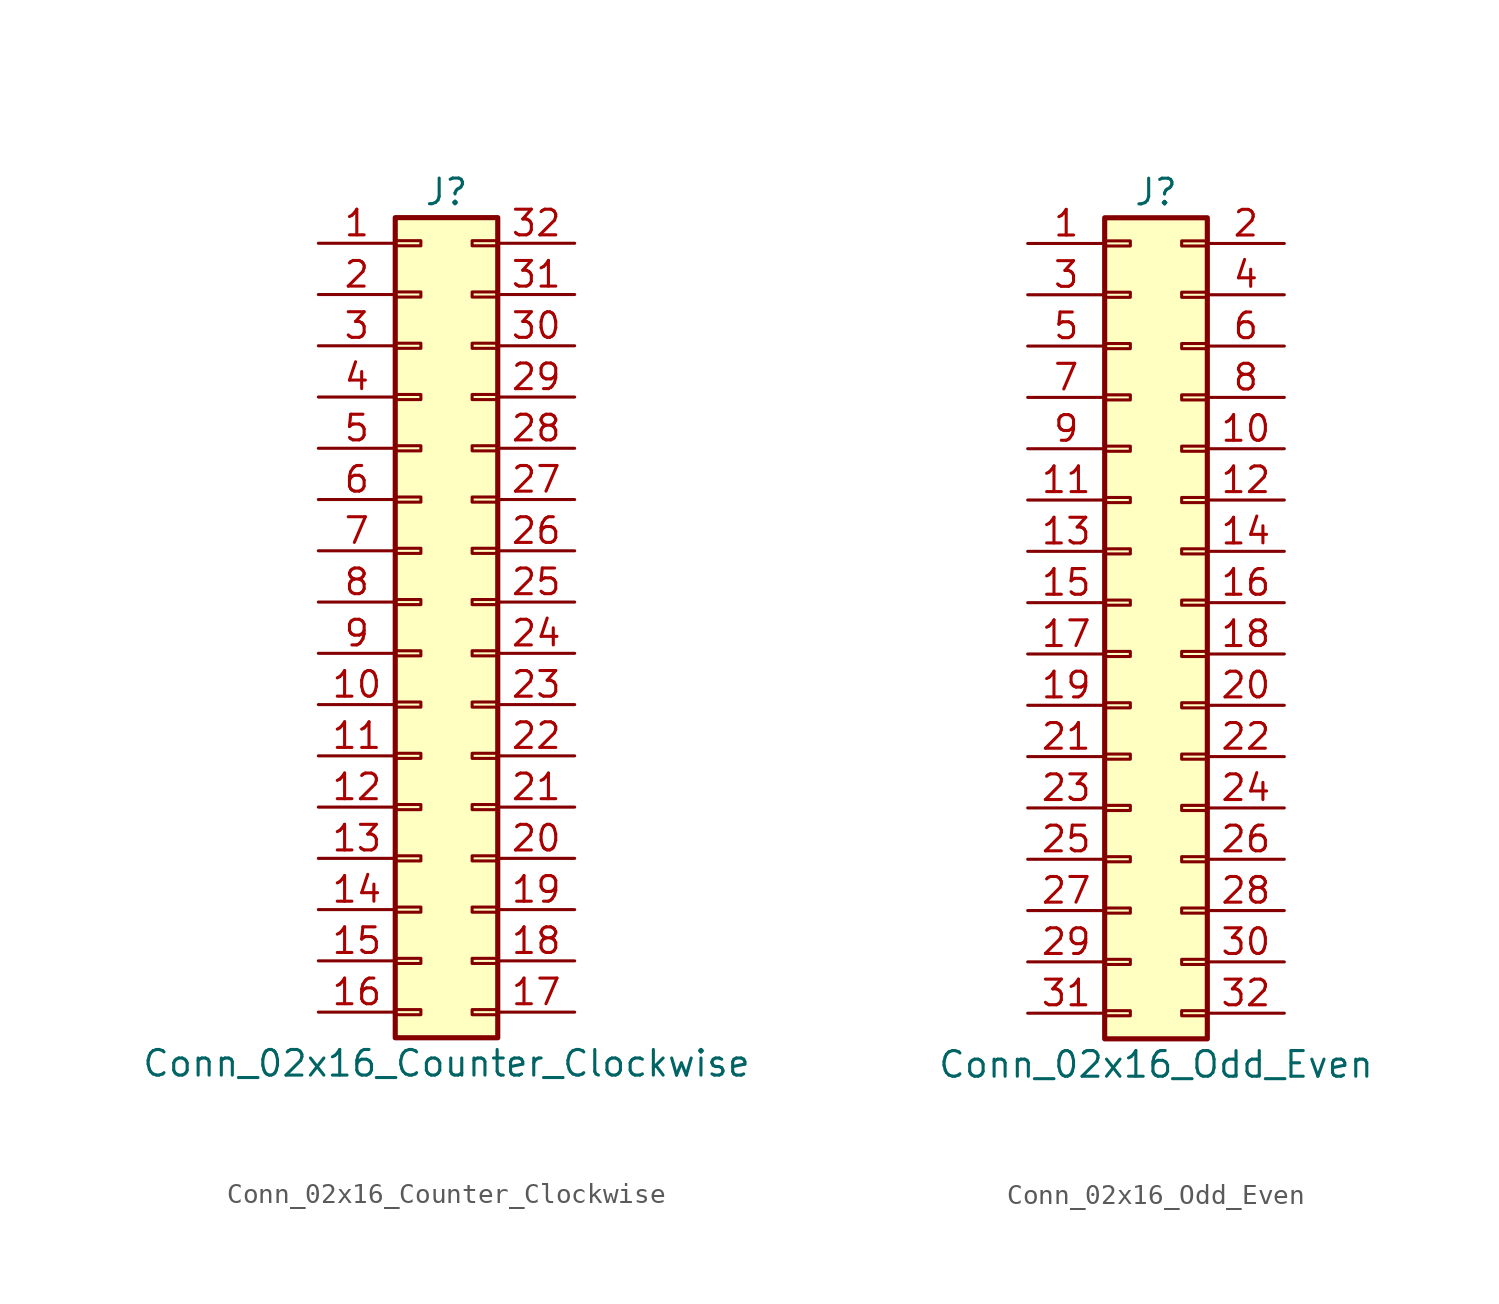
<source format=kicad_sym>
(kicad_symbol_lib
  (version 20201005)
  (generator kicad_symbol_editor)
  (symbol "Conn_02x16_Counter_Clockwise"
    (pin_names
      (offset 1.016) hide)
    (property "Reference" "J"
      (at 1.27 20.32 0)
      (effects (font (size 1.27 1.27))))
    (property "Value" "Conn_02x16_Counter_Clockwise"
      (at 1.27 -22.86 0)
      (effects (font (size 1.27 1.27))))
    (symbol "Conn_02x16_Counter_Clockwise_1_1"
      (rectangle (start -1.27 -20.193) (end 0 -20.447) (stroke (width 0.152)) (fill (type none)))
      (rectangle (start -1.27 -17.653) (end 0 -17.907) (stroke (width 0.152)) (fill (type none)))
      (rectangle (start -1.27 -15.113) (end 0 -15.367) (stroke (width 0.152)) (fill (type none)))
      (rectangle (start -1.27 -12.573) (end 0 -12.827) (stroke (width 0.152)) (fill (type none)))
      (rectangle (start -1.27 -10.033) (end 0 -10.287) (stroke (width 0.152)) (fill (type none)))
      (rectangle (start -1.27 -7.493) (end 0 -7.747) (stroke (width 0.152)) (fill (type none)))
      (rectangle (start -1.27 -4.953) (end 0 -5.207) (stroke (width 0.152)) (fill (type none)))
      (rectangle (start -1.27 -2.413) (end 0 -2.667) (stroke (width 0.152)) (fill (type none)))
      (rectangle (start -1.27 0.127) (end 0 -0.127) (stroke (width 0.152)) (fill (type none)))
      (rectangle (start -1.27 2.667) (end 0 2.413) (stroke (width 0.152)) (fill (type none)))
      (rectangle (start -1.27 5.207) (end 0 4.953) (stroke (width 0.152)) (fill (type none)))
      (rectangle (start -1.27 7.747) (end 0 7.493) (stroke (width 0.152)) (fill (type none)))
      (rectangle (start -1.27 10.287) (end 0 10.033) (stroke (width 0.152)) (fill (type none)))
      (rectangle (start -1.27 12.827) (end 0 12.573) (stroke (width 0.152)) (fill (type none)))
      (rectangle (start -1.27 15.367) (end 0 15.113) (stroke (width 0.152)) (fill (type none)))
      (rectangle (start -1.27 17.907) (end 0 17.653) (stroke (width 0.152)) (fill (type none)))
      (rectangle (start 3.81 -20.193) (end 2.54 -20.447) (stroke (width 0.152)) (fill (type none)))
      (rectangle (start 3.81 -17.653) (end 2.54 -17.907) (stroke (width 0.152)) (fill (type none)))
      (rectangle (start 3.81 -15.113) (end 2.54 -15.367) (stroke (width 0.152)) (fill (type none)))
      (rectangle (start 3.81 -12.573) (end 2.54 -12.827) (stroke (width 0.152)) (fill (type none)))
      (rectangle (start 3.81 -10.033) (end 2.54 -10.287) (stroke (width 0.152)) (fill (type none)))
      (rectangle (start 3.81 -7.493) (end 2.54 -7.747) (stroke (width 0.152)) (fill (type none)))
      (rectangle (start 3.81 -4.953) (end 2.54 -5.207) (stroke (width 0.152)) (fill (type none)))
      (rectangle (start 3.81 -2.413) (end 2.54 -2.667) (stroke (width 0.152)) (fill (type none)))
      (rectangle (start 3.81 0.127) (end 2.54 -0.127) (stroke (width 0.152)) (fill (type none)))
      (rectangle (start 3.81 2.667) (end 2.54 2.413) (stroke (width 0.152)) (fill (type none)))
      (rectangle (start 3.81 5.207) (end 2.54 4.953) (stroke (width 0.152)) (fill (type none)))
      (rectangle (start 3.81 7.747) (end 2.54 7.493) (stroke (width 0.152)) (fill (type none)))
      (rectangle (start 3.81 10.287) (end 2.54 10.033) (stroke (width 0.152)) (fill (type none)))
      (rectangle (start 3.81 12.827) (end 2.54 12.573) (stroke (width 0.152)) (fill (type none)))
      (rectangle (start 3.81 15.367) (end 2.54 15.113) (stroke (width 0.152)) (fill (type none)))
      (rectangle (start 3.81 17.907) (end 2.54 17.653) (stroke (width 0.152)) (fill (type none)))
      (rectangle (start -1.27 19.05) (end 3.81 -21.59) (stroke (width 0.254)) (fill (type background)))
      (pin passive line (at -5.08 17.78 0) (length 3.81) (name "Pin_1" (effects (font (size 1.27 1.27)))) (number "1" (effects (font (size 1.27 1.27)))))
      (pin passive line (at -5.08 -5.08 0) (length 3.81) (name "Pin_10" (effects (font (size 1.27 1.27)))) (number "10" (effects (font (size 1.27 1.27)))))
      (pin passive line (at -5.08 -7.62 0) (length 3.81) (name "Pin_11" (effects (font (size 1.27 1.27)))) (number "11" (effects (font (size 1.27 1.27)))))
      (pin passive line (at -5.08 -10.16 0) (length 3.81) (name "Pin_12" (effects (font (size 1.27 1.27)))) (number "12" (effects (font (size 1.27 1.27)))))
      (pin passive line (at -5.08 -12.7 0) (length 3.81) (name "Pin_13" (effects (font (size 1.27 1.27)))) (number "13" (effects (font (size 1.27 1.27)))))
      (pin passive line (at -5.08 -15.24 0) (length 3.81) (name "Pin_14" (effects (font (size 1.27 1.27)))) (number "14" (effects (font (size 1.27 1.27)))))
      (pin passive line (at -5.08 -17.78 0) (length 3.81) (name "Pin_15" (effects (font (size 1.27 1.27)))) (number "15" (effects (font (size 1.27 1.27)))))
      (pin passive line (at -5.08 -20.32 0) (length 3.81) (name "Pin_16" (effects (font (size 1.27 1.27)))) (number "16" (effects (font (size 1.27 1.27)))))
      (pin passive line (at 7.62 -20.32 180) (length 3.81) (name "Pin_17" (effects (font (size 1.27 1.27)))) (number "17" (effects (font (size 1.27 1.27)))))
      (pin passive line (at 7.62 -17.78 180) (length 3.81) (name "Pin_18" (effects (font (size 1.27 1.27)))) (number "18" (effects (font (size 1.27 1.27)))))
      (pin passive line (at 7.62 -15.24 180) (length 3.81) (name "Pin_19" (effects (font (size 1.27 1.27)))) (number "19" (effects (font (size 1.27 1.27)))))
      (pin passive line (at -5.08 15.24 0) (length 3.81) (name "Pin_2" (effects (font (size 1.27 1.27)))) (number "2" (effects (font (size 1.27 1.27)))))
      (pin passive line (at 7.62 -12.7 180) (length 3.81) (name "Pin_20" (effects (font (size 1.27 1.27)))) (number "20" (effects (font (size 1.27 1.27)))))
      (pin passive line (at 7.62 -10.16 180) (length 3.81) (name "Pin_21" (effects (font (size 1.27 1.27)))) (number "21" (effects (font (size 1.27 1.27)))))
      (pin passive line (at 7.62 -7.62 180) (length 3.81) (name "Pin_22" (effects (font (size 1.27 1.27)))) (number "22" (effects (font (size 1.27 1.27)))))
      (pin passive line (at 7.62 -5.08 180) (length 3.81) (name "Pin_23" (effects (font (size 1.27 1.27)))) (number "23" (effects (font (size 1.27 1.27)))))
      (pin passive line (at 7.62 -2.54 180) (length 3.81) (name "Pin_24" (effects (font (size 1.27 1.27)))) (number "24" (effects (font (size 1.27 1.27)))))
      (pin passive line (at 7.62 0 180) (length 3.81) (name "Pin_25" (effects (font (size 1.27 1.27)))) (number "25" (effects (font (size 1.27 1.27)))))
      (pin passive line (at 7.62 2.54 180) (length 3.81) (name "Pin_26" (effects (font (size 1.27 1.27)))) (number "26" (effects (font (size 1.27 1.27)))))
      (pin passive line (at 7.62 5.08 180) (length 3.81) (name "Pin_27" (effects (font (size 1.27 1.27)))) (number "27" (effects (font (size 1.27 1.27)))))
      (pin passive line (at 7.62 7.62 180) (length 3.81) (name "Pin_28" (effects (font (size 1.27 1.27)))) (number "28" (effects (font (size 1.27 1.27)))))
      (pin passive line (at 7.62 10.16 180) (length 3.81) (name "Pin_29" (effects (font (size 1.27 1.27)))) (number "29" (effects (font (size 1.27 1.27)))))
      (pin passive line (at -5.08 12.7 0) (length 3.81) (name "Pin_3" (effects (font (size 1.27 1.27)))) (number "3" (effects (font (size 1.27 1.27)))))
      (pin passive line (at 7.62 12.7 180) (length 3.81) (name "Pin_30" (effects (font (size 1.27 1.27)))) (number "30" (effects (font (size 1.27 1.27)))))
      (pin passive line (at 7.62 15.24 180) (length 3.81) (name "Pin_31" (effects (font (size 1.27 1.27)))) (number "31" (effects (font (size 1.27 1.27)))))
      (pin passive line (at 7.62 17.78 180) (length 3.81) (name "Pin_32" (effects (font (size 1.27 1.27)))) (number "32" (effects (font (size 1.27 1.27)))))
      (pin passive line (at -5.08 10.16 0) (length 3.81) (name "Pin_4" (effects (font (size 1.27 1.27)))) (number "4" (effects (font (size 1.27 1.27)))))
      (pin passive line (at -5.08 7.62 0) (length 3.81) (name "Pin_5" (effects (font (size 1.27 1.27)))) (number "5" (effects (font (size 1.27 1.27)))))
      (pin passive line (at -5.08 5.08 0) (length 3.81) (name "Pin_6" (effects (font (size 1.27 1.27)))) (number "6" (effects (font (size 1.27 1.27)))))
      (pin passive line (at -5.08 2.54 0) (length 3.81) (name "Pin_7" (effects (font (size 1.27 1.27)))) (number "7" (effects (font (size 1.27 1.27)))))
      (pin passive line (at -5.08 0 0) (length 3.81) (name "Pin_8" (effects (font (size 1.27 1.27)))) (number "8" (effects (font (size 1.27 1.27)))))
      (pin passive line (at -5.08 -2.54 0) (length 3.81) (name "Pin_9" (effects (font (size 1.27 1.27)))) (number "9" (effects (font (size 1.27 1.27)))))))
  (symbol "Conn_02x16_Odd_Even"
    (pin_names
      (offset 1.016) hide)
    (property "Reference" "J"
      (at 1.27 20.32 0)
      (effects (font (size 1.27 1.27))))
    (property "Value" "Conn_02x16_Odd_Even"
      (at 1.27 -22.86 0)
      (effects (font (size 1.27 1.27))))
    (symbol "Conn_02x16_Odd_Even_1_1"
      (rectangle (start -1.27 -20.193) (end 0 -20.447) (stroke (width 0.152)) (fill (type none)))
      (rectangle (start -1.27 -17.653) (end 0 -17.907) (stroke (width 0.152)) (fill (type none)))
      (rectangle (start -1.27 -15.113) (end 0 -15.367) (stroke (width 0.152)) (fill (type none)))
      (rectangle (start -1.27 -12.573) (end 0 -12.827) (stroke (width 0.152)) (fill (type none)))
      (rectangle (start -1.27 -10.033) (end 0 -10.287) (stroke (width 0.152)) (fill (type none)))
      (rectangle (start -1.27 -7.493) (end 0 -7.747) (stroke (width 0.152)) (fill (type none)))
      (rectangle (start -1.27 -4.953) (end 0 -5.207) (stroke (width 0.152)) (fill (type none)))
      (rectangle (start -1.27 -2.413) (end 0 -2.667) (stroke (width 0.152)) (fill (type none)))
      (rectangle (start -1.27 0.127) (end 0 -0.127) (stroke (width 0.152)) (fill (type none)))
      (rectangle (start -1.27 2.667) (end 0 2.413) (stroke (width 0.152)) (fill (type none)))
      (rectangle (start -1.27 5.207) (end 0 4.953) (stroke (width 0.152)) (fill (type none)))
      (rectangle (start -1.27 7.747) (end 0 7.493) (stroke (width 0.152)) (fill (type none)))
      (rectangle (start -1.27 10.287) (end 0 10.033) (stroke (width 0.152)) (fill (type none)))
      (rectangle (start -1.27 12.827) (end 0 12.573) (stroke (width 0.152)) (fill (type none)))
      (rectangle (start -1.27 15.367) (end 0 15.113) (stroke (width 0.152)) (fill (type none)))
      (rectangle (start -1.27 17.907) (end 0 17.653) (stroke (width 0.152)) (fill (type none)))
      (rectangle (start 3.81 -20.193) (end 2.54 -20.447) (stroke (width 0.152)) (fill (type none)))
      (rectangle (start 3.81 -17.653) (end 2.54 -17.907) (stroke (width 0.152)) (fill (type none)))
      (rectangle (start 3.81 -15.113) (end 2.54 -15.367) (stroke (width 0.152)) (fill (type none)))
      (rectangle (start 3.81 -12.573) (end 2.54 -12.827) (stroke (width 0.152)) (fill (type none)))
      (rectangle (start 3.81 -10.033) (end 2.54 -10.287) (stroke (width 0.152)) (fill (type none)))
      (rectangle (start 3.81 -7.493) (end 2.54 -7.747) (stroke (width 0.152)) (fill (type none)))
      (rectangle (start 3.81 -4.953) (end 2.54 -5.207) (stroke (width 0.152)) (fill (type none)))
      (rectangle (start 3.81 -2.413) (end 2.54 -2.667) (stroke (width 0.152)) (fill (type none)))
      (rectangle (start 3.81 0.127) (end 2.54 -0.127) (stroke (width 0.152)) (fill (type none)))
      (rectangle (start 3.81 2.667) (end 2.54 2.413) (stroke (width 0.152)) (fill (type none)))
      (rectangle (start 3.81 5.207) (end 2.54 4.953) (stroke (width 0.152)) (fill (type none)))
      (rectangle (start 3.81 7.747) (end 2.54 7.493) (stroke (width 0.152)) (fill (type none)))
      (rectangle (start 3.81 10.287) (end 2.54 10.033) (stroke (width 0.152)) (fill (type none)))
      (rectangle (start 3.81 12.827) (end 2.54 12.573) (stroke (width 0.152)) (fill (type none)))
      (rectangle (start 3.81 15.367) (end 2.54 15.113) (stroke (width 0.152)) (fill (type none)))
      (rectangle (start 3.81 17.907) (end 2.54 17.653) (stroke (width 0.152)) (fill (type none)))
      (rectangle (start -1.27 19.05) (end 3.81 -21.59) (stroke (width 0.254)) (fill (type background)))
      (pin passive line (at -5.08 17.78 0) (length 3.81) (name "Pin_1" (effects (font (size 1.27 1.27)))) (number "1" (effects (font (size 1.27 1.27)))))
      (pin passive line (at 7.62 7.62 180) (length 3.81) (name "Pin_10" (effects (font (size 1.27 1.27)))) (number "10" (effects (font (size 1.27 1.27)))))
      (pin passive line (at -5.08 5.08 0) (length 3.81) (name "Pin_11" (effects (font (size 1.27 1.27)))) (number "11" (effects (font (size 1.27 1.27)))))
      (pin passive line (at 7.62 5.08 180) (length 3.81) (name "Pin_12" (effects (font (size 1.27 1.27)))) (number "12" (effects (font (size 1.27 1.27)))))
      (pin passive line (at -5.08 2.54 0) (length 3.81) (name "Pin_13" (effects (font (size 1.27 1.27)))) (number "13" (effects (font (size 1.27 1.27)))))
      (pin passive line (at 7.62 2.54 180) (length 3.81) (name "Pin_14" (effects (font (size 1.27 1.27)))) (number "14" (effects (font (size 1.27 1.27)))))
      (pin passive line (at -5.08 0 0) (length 3.81) (name "Pin_15" (effects (font (size 1.27 1.27)))) (number "15" (effects (font (size 1.27 1.27)))))
      (pin passive line (at 7.62 0 180) (length 3.81) (name "Pin_16" (effects (font (size 1.27 1.27)))) (number "16" (effects (font (size 1.27 1.27)))))
      (pin passive line (at -5.08 -2.54 0) (length 3.81) (name "Pin_17" (effects (font (size 1.27 1.27)))) (number "17" (effects (font (size 1.27 1.27)))))
      (pin passive line (at 7.62 -2.54 180) (length 3.81) (name "Pin_18" (effects (font (size 1.27 1.27)))) (number "18" (effects (font (size 1.27 1.27)))))
      (pin passive line (at -5.08 -5.08 0) (length 3.81) (name "Pin_19" (effects (font (size 1.27 1.27)))) (number "19" (effects (font (size 1.27 1.27)))))
      (pin passive line (at 7.62 17.78 180) (length 3.81) (name "Pin_2" (effects (font (size 1.27 1.27)))) (number "2" (effects (font (size 1.27 1.27)))))
      (pin passive line (at 7.62 -5.08 180) (length 3.81) (name "Pin_20" (effects (font (size 1.27 1.27)))) (number "20" (effects (font (size 1.27 1.27)))))
      (pin passive line (at -5.08 -7.62 0) (length 3.81) (name "Pin_21" (effects (font (size 1.27 1.27)))) (number "21" (effects (font (size 1.27 1.27)))))
      (pin passive line (at 7.62 -7.62 180) (length 3.81) (name "Pin_22" (effects (font (size 1.27 1.27)))) (number "22" (effects (font (size 1.27 1.27)))))
      (pin passive line (at -5.08 -10.16 0) (length 3.81) (name "Pin_23" (effects (font (size 1.27 1.27)))) (number "23" (effects (font (size 1.27 1.27)))))
      (pin passive line (at 7.62 -10.16 180) (length 3.81) (name "Pin_24" (effects (font (size 1.27 1.27)))) (number "24" (effects (font (size 1.27 1.27)))))
      (pin passive line (at -5.08 -12.7 0) (length 3.81) (name "Pin_25" (effects (font (size 1.27 1.27)))) (number "25" (effects (font (size 1.27 1.27)))))
      (pin passive line (at 7.62 -12.7 180) (length 3.81) (name "Pin_26" (effects (font (size 1.27 1.27)))) (number "26" (effects (font (size 1.27 1.27)))))
      (pin passive line (at -5.08 -15.24 0) (length 3.81) (name "Pin_27" (effects (font (size 1.27 1.27)))) (number "27" (effects (font (size 1.27 1.27)))))
      (pin passive line (at 7.62 -15.24 180) (length 3.81) (name "Pin_28" (effects (font (size 1.27 1.27)))) (number "28" (effects (font (size 1.27 1.27)))))
      (pin passive line (at -5.08 -17.78 0) (length 3.81) (name "Pin_29" (effects (font (size 1.27 1.27)))) (number "29" (effects (font (size 1.27 1.27)))))
      (pin passive line (at -5.08 15.24 0) (length 3.81) (name "Pin_3" (effects (font (size 1.27 1.27)))) (number "3" (effects (font (size 1.27 1.27)))))
      (pin passive line (at 7.62 -17.78 180) (length 3.81) (name "Pin_30" (effects (font (size 1.27 1.27)))) (number "30" (effects (font (size 1.27 1.27)))))
      (pin passive line (at -5.08 -20.32 0) (length 3.81) (name "Pin_31" (effects (font (size 1.27 1.27)))) (number "31" (effects (font (size 1.27 1.27)))))
      (pin passive line (at 7.62 -20.32 180) (length 3.81) (name "Pin_32" (effects (font (size 1.27 1.27)))) (number "32" (effects (font (size 1.27 1.27)))))
      (pin passive line (at 7.62 15.24 180) (length 3.81) (name "Pin_4" (effects (font (size 1.27 1.27)))) (number "4" (effects (font (size 1.27 1.27)))))
      (pin passive line (at -5.08 12.7 0) (length 3.81) (name "Pin_5" (effects (font (size 1.27 1.27)))) (number "5" (effects (font (size 1.27 1.27)))))
      (pin passive line (at 7.62 12.7 180) (length 3.81) (name "Pin_6" (effects (font (size 1.27 1.27)))) (number "6" (effects (font (size 1.27 1.27)))))
      (pin passive line (at -5.08 10.16 0) (length 3.81) (name "Pin_7" (effects (font (size 1.27 1.27)))) (number "7" (effects (font (size 1.27 1.27)))))
      (pin passive line (at 7.62 10.16 180) (length 3.81) (name "Pin_8" (effects (font (size 1.27 1.27)))) (number "8" (effects (font (size 1.27 1.27)))))
      (pin passive line (at -5.08 7.62 0) (length 3.81) (name "Pin_9" (effects (font (size 1.27 1.27)))) (number "9" (effects (font (size 1.27 1.27))))))))
</source>
